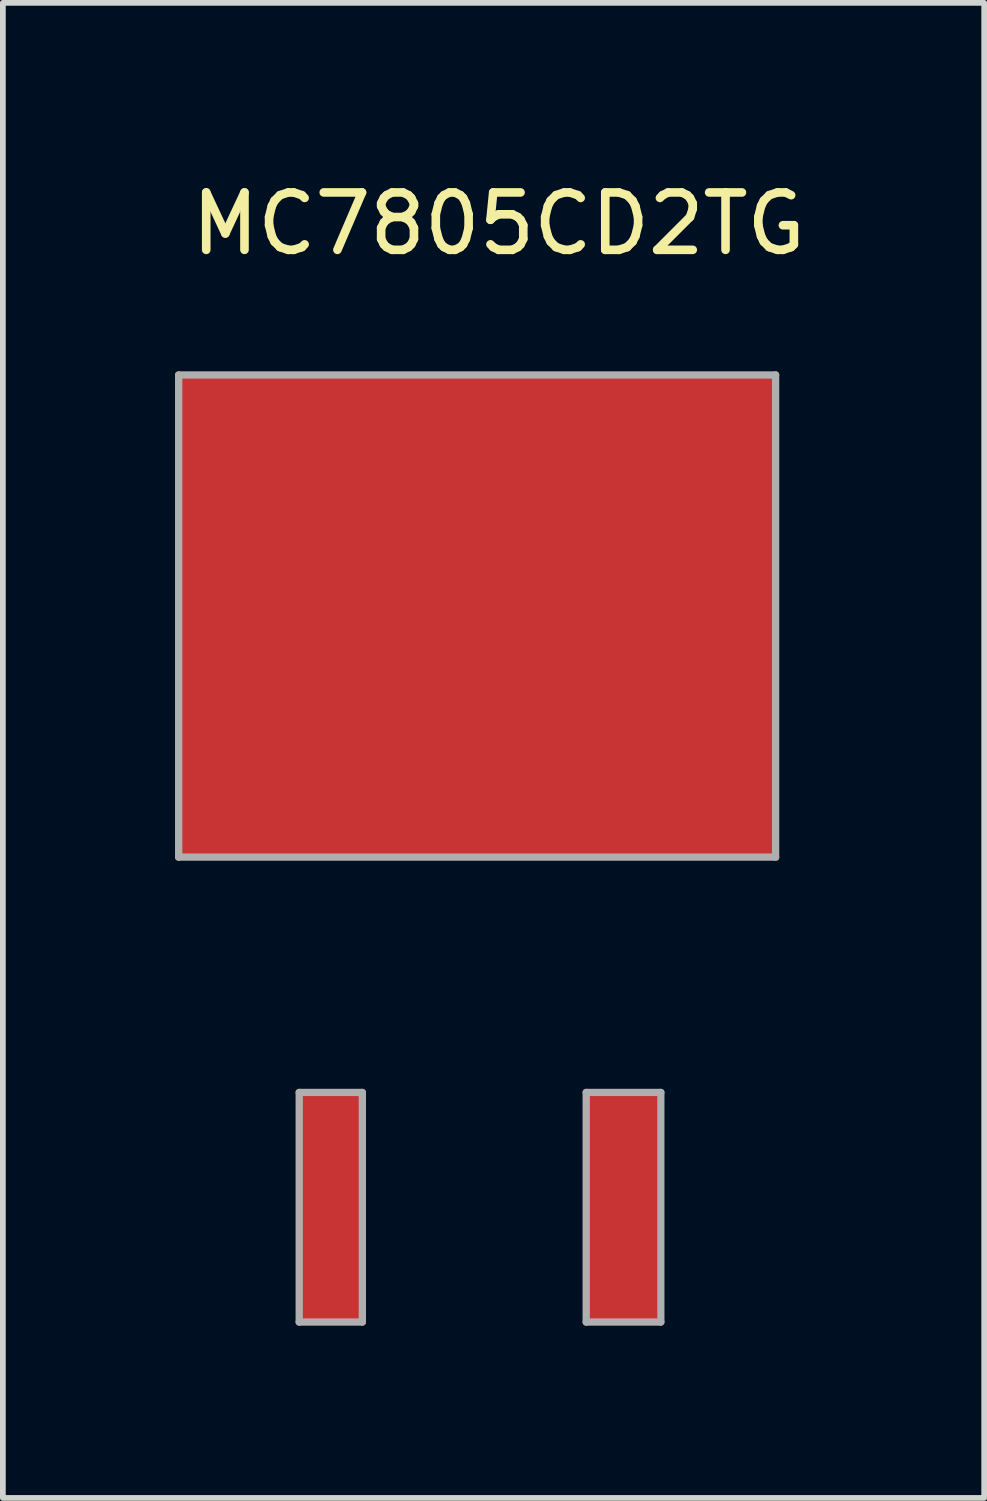
<source format=kicad_pcb>
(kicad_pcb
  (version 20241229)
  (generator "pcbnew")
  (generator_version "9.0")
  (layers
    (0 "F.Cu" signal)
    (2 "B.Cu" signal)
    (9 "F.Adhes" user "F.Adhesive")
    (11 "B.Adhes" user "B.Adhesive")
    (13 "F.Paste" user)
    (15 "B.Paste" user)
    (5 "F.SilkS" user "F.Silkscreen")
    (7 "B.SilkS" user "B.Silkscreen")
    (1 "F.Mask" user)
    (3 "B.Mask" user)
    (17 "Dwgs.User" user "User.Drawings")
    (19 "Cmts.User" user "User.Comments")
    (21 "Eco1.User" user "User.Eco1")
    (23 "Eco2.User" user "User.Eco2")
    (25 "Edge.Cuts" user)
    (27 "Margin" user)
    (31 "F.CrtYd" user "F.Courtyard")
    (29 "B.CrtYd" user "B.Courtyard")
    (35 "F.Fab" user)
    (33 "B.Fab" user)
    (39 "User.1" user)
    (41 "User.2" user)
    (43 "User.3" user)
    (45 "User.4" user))
  (footprint "MC7805CD2TG"
    (layer "F.Cu")
    (at 5.263 11.983)
    (property "Reference" "MC7805CD2TG" (at 0.375 -11.135 0) (layer "F.SilkS") (effects (font (size 1 1) (thickness 0.15))))
    (attr smd)
    (fp_line (start -5.2 -8.5) (end 5.2 -8.5) (stroke (width 0.127) (type solid)) (layer "F.Fab"))
    (fp_line (start -5.2 -0.1) (end -5.2 -8.5) (stroke (width 0.127) (type solid)) (layer "F.Fab"))
    (fp_line (start -3.1 4) (end -3.1 8) (stroke (width 0.127) (type solid)) (layer "F.Fab"))
    (fp_line (start -3.1 8) (end -2 8) (stroke (width 0.127) (type solid)) (layer "F.Fab"))
    (fp_line (start -2 4) (end -3.1 4) (stroke (width 0.127) (type solid)) (layer "F.Fab"))
    (fp_line (start -2 8) (end -2 4) (stroke (width 0.127) (type solid)) (layer "F.Fab"))
    (fp_line (start 1.9 4) (end 3.2 4) (stroke (width 0.127) (type solid)) (layer "F.Fab"))
    (fp_line (start 1.9 8) (end 1.9 4) (stroke (width 0.127) (type solid)) (layer "F.Fab"))
    (fp_line (start 3.2 4) (end 3.2 8) (stroke (width 0.127) (type solid)) (layer "F.Fab"))
    (fp_line (start 3.2 8) (end 1.9 8) (stroke (width 0.127) (type solid)) (layer "F.Fab"))
    (fp_line (start 5.2 -8.5) (end 5.2 -0.1) (stroke (width 0.127) (type solid)) (layer "F.Fab"))
    (fp_line (start 5.2 -0.1) (end -5.2 -0.1) (stroke (width 0.127) (type solid)) (layer "F.Fab"))
    (pad "P$1" smd rect (at 0 -4.3) (size 10.5 8.5) (layers "F.Cu" "F.Mask" "F.Paste"))
    (pad "P$2" smd rect (at -2.54 6.023) (size 1.2 4) (layers "F.Cu" "F.Mask" "F.Paste"))
    (pad "P$3" smd rect (at 2.54 6.023) (size 1.2 4) (layers "F.Cu" "F.Mask" "F.Paste")))
  (gr_rect
    (start -3 -3)
    (end 14.097 23.047)
    (stroke (width 0.1) (type default))
    (fill no)
    (layer "Edge.Cuts")))
</source>
